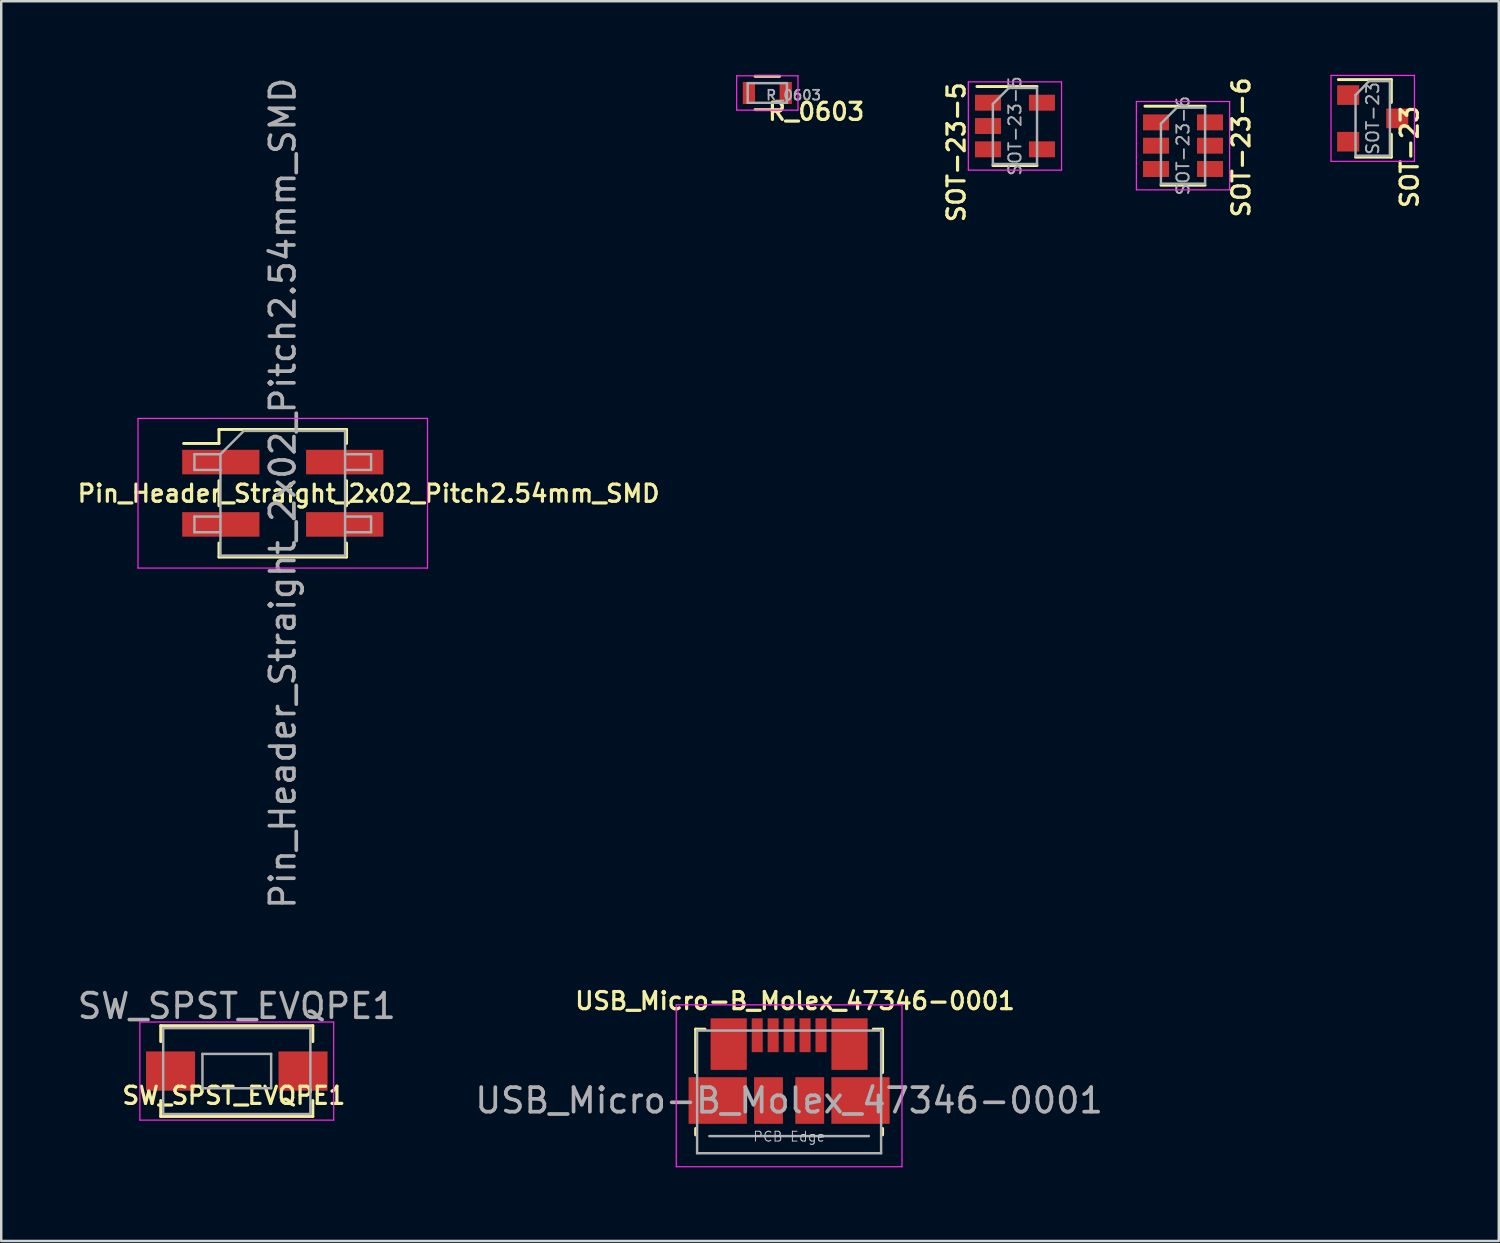
<source format=kicad_pcb>
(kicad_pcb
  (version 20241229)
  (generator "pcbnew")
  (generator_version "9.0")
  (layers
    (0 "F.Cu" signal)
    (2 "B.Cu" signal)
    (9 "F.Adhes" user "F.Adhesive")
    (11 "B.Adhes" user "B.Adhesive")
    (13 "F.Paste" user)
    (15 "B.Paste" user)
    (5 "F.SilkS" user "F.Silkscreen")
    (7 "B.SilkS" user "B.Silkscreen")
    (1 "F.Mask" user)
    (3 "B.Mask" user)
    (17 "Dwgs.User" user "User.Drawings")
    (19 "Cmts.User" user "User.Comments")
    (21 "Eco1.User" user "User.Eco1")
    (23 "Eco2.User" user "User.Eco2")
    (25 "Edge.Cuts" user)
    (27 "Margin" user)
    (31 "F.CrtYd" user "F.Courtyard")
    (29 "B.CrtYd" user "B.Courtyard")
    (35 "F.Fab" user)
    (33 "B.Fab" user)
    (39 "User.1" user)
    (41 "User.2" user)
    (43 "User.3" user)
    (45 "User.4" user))
  (footprint "SOT-23-6"
    (layer "F.Cu")
    (at 45.168 2.888)
    (property "Reference" "SOT-23-6" (at 2.37 0.07 90) (layer "F.SilkS") (effects (font (size 0.7 0.7) (thickness 0.13))))
    (attr smd)
    (fp_line (start -0.9 1.61) (end 0.9 1.61) (stroke (width 0.12) (type solid)) (layer "F.SilkS"))
    (fp_line (start 0.9 -1.61) (end -1.55 -1.61) (stroke (width 0.12) (type solid)) (layer "F.SilkS"))
    (fp_line (start -1.9 -1.8) (end -1.9 1.8) (stroke (width 0.05) (type solid)) (layer "F.CrtYd"))
    (fp_line (start -1.9 1.8) (end 1.9 1.8) (stroke (width 0.05) (type solid)) (layer "F.CrtYd"))
    (fp_line (start 1.9 -1.8) (end -1.9 -1.8) (stroke (width 0.05) (type solid)) (layer "F.CrtYd"))
    (fp_line (start 1.9 1.8) (end 1.9 -1.8) (stroke (width 0.05) (type solid)) (layer "F.CrtYd"))
    (fp_line (start -0.9 -0.9) (end -0.9 1.55) (stroke (width 0.1) (type solid)) (layer "F.Fab"))
    (fp_line (start -0.9 -0.9) (end -0.25 -1.55) (stroke (width 0.1) (type solid)) (layer "F.Fab"))
    (fp_line (start 0.9 -1.55) (end -0.25 -1.55) (stroke (width 0.1) (type solid)) (layer "F.Fab"))
    (fp_line (start 0.9 -1.55) (end 0.9 1.55) (stroke (width 0.1) (type solid)) (layer "F.Fab"))
    (fp_line (start 0.9 1.55) (end -0.9 1.55) (stroke (width 0.1) (type solid)) (layer "F.Fab"))
    (fp_text user "${REFERENCE}" (at 0 0 90) (layer "F.Fab") (effects (font (size 0.5 0.5) (thickness 0.075))))
    (pad "1" smd rect (at -1.1 -0.95) (size 1.06 0.65) (layers "F.Cu" "F.Mask" "F.Paste"))
    (pad "2" smd rect (at -1.1 0) (size 1.06 0.65) (layers "F.Cu" "F.Mask" "F.Paste"))
    (pad "3" smd rect (at -1.1 0.95) (size 1.06 0.65) (layers "F.Cu" "F.Mask" "F.Paste"))
    (pad "4" smd rect (at 1.1 0.95) (size 1.06 0.65) (layers "F.Cu" "F.Mask" "F.Paste"))
    (pad "5" smd rect (at 1.1 0) (size 1.06 0.65) (layers "F.Cu" "F.Mask" "F.Paste"))
    (pad "6" smd rect (at 1.1 -0.95) (size 1.06 0.65) (layers "F.Cu" "F.Mask" "F.Paste")))
  (footprint "SOT-23-5"
    (layer "F.Cu")
    (at 38.318 2.086)
    (property "Reference" "SOT-23-5" (at -2.39 1.07 90) (layer "F.SilkS") (effects (font (size 0.7 0.7) (thickness 0.13))))
    (attr smd)
    (fp_line (start -0.9 1.61) (end 0.9 1.61) (stroke (width 0.12) (type solid)) (layer "F.SilkS"))
    (fp_line (start 0.9 -1.61) (end -1.55 -1.61) (stroke (width 0.12) (type solid)) (layer "F.SilkS"))
    (fp_line (start -1.9 -1.8) (end 1.9 -1.8) (stroke (width 0.05) (type solid)) (layer "F.CrtYd"))
    (fp_line (start -1.9 1.8) (end -1.9 -1.8) (stroke (width 0.05) (type solid)) (layer "F.CrtYd"))
    (fp_line (start 1.9 -1.8) (end 1.9 1.8) (stroke (width 0.05) (type solid)) (layer "F.CrtYd"))
    (fp_line (start 1.9 1.8) (end -1.9 1.8) (stroke (width 0.05) (type solid)) (layer "F.CrtYd"))
    (fp_line (start -0.9 -0.9) (end -0.9 1.55) (stroke (width 0.1) (type solid)) (layer "F.Fab"))
    (fp_line (start -0.9 -0.9) (end -0.25 -1.55) (stroke (width 0.1) (type solid)) (layer "F.Fab"))
    (fp_line (start 0.9 -1.55) (end -0.25 -1.55) (stroke (width 0.1) (type solid)) (layer "F.Fab"))
    (fp_line (start 0.9 -1.55) (end 0.9 1.55) (stroke (width 0.1) (type solid)) (layer "F.Fab"))
    (fp_line (start 0.9 1.55) (end -0.9 1.55) (stroke (width 0.1) (type solid)) (layer "F.Fab"))
    (fp_text user "${REFERENCE}" (at 0 0 90) (layer "F.Fab") (effects (font (size 0.5 0.5) (thickness 0.075))))
    (pad "1" smd rect (at -1.1 -0.95) (size 1.06 0.65) (layers "F.Cu" "F.Mask" "F.Paste"))
    (pad "2" smd rect (at -1.1 0) (size 1.06 0.65) (layers "F.Cu" "F.Mask" "F.Paste"))
    (pad "3" smd rect (at -1.1 0.95) (size 1.06 0.65) (layers "F.Cu" "F.Mask" "F.Paste"))
    (pad "4" smd rect (at 1.1 0.95) (size 1.06 0.65) (layers "F.Cu" "F.Mask" "F.Paste"))
    (pad "5" smd rect (at 1.1 -0.95) (size 1.06 0.65) (layers "F.Cu" "F.Mask" "F.Paste")))
  (footprint "R_0603"
    (layer "F.Cu")
    (at 28.225 0.74)
    (property "Reference" "R_0603" (at 1.99 0.76 0) (layer "F.SilkS") (effects (font (size 0.7 0.7) (thickness 0.13))))
    (attr smd)
    (fp_line (start -0.5 -0.68) (end 0.5 -0.68) (stroke (width 0.12) (type solid)) (layer "F.SilkS"))
    (fp_line (start 0.5 0.68) (end -0.5 0.68) (stroke (width 0.12) (type solid)) (layer "F.SilkS"))
    (fp_line (start -1.25 -0.7) (end -1.25 0.7) (stroke (width 0.05) (type solid)) (layer "F.CrtYd"))
    (fp_line (start -1.25 -0.7) (end 1.25 -0.7) (stroke (width 0.05) (type solid)) (layer "F.CrtYd"))
    (fp_line (start 1.25 0.7) (end -1.25 0.7) (stroke (width 0.05) (type solid)) (layer "F.CrtYd"))
    (fp_line (start 1.25 0.7) (end 1.25 -0.7) (stroke (width 0.05) (type solid)) (layer "F.CrtYd"))
    (fp_line (start -0.8 -0.4) (end 0.8 -0.4) (stroke (width 0.1) (type solid)) (layer "F.Fab"))
    (fp_line (start -0.8 0.4) (end -0.8 -0.4) (stroke (width 0.1) (type solid)) (layer "F.Fab"))
    (fp_line (start 0.8 -0.4) (end 0.8 0.4) (stroke (width 0.1) (type solid)) (layer "F.Fab"))
    (fp_line (start 0.8 0.4) (end -0.8 0.4) (stroke (width 0.1) (type solid)) (layer "F.Fab"))
    (fp_text user "${REFERENCE}" (at 1.07 0.09 0) (layer "F.Fab") (effects (font (size 0.4 0.4) (thickness 0.075))))
    (pad "1" smd rect (at -0.75 0) (size 0.5 0.9) (layers "F.Cu" "F.Mask" "F.Paste"))
    (pad "2" smd rect (at 0.75 0) (size 0.5 0.9) (layers "F.Cu" "F.Mask" "F.Paste")))
  (footprint "Pin_Header_Straight_2x02_Pitch2.54mm_SMD"
    (layer "F.Cu")
    (at 8.475 17.054)
    (property "Reference" "Pin_Header_Straight_2x02_Pitch2.54mm_SMD" (at 3.5 0.01 0) (layer "F.SilkS") (effects (font (size 0.7 0.7) (thickness 0.13))))
    (attr smd)
    (fp_line (start -4.04 -2.03) (end -2.6 -2.03) (stroke (width 0.12) (type solid)) (layer "F.SilkS"))
    (fp_line (start -2.6 -2.6) (end -2.6 -2.03) (stroke (width 0.12) (type solid)) (layer "F.SilkS"))
    (fp_line (start -2.6 -2.6) (end 2.6 -2.6) (stroke (width 0.12) (type solid)) (layer "F.SilkS"))
    (fp_line (start -2.6 -0.51) (end -2.6 0.51) (stroke (width 0.12) (type solid)) (layer "F.SilkS"))
    (fp_line (start -2.6 2.03) (end -2.6 2.6) (stroke (width 0.12) (type solid)) (layer "F.SilkS"))
    (fp_line (start -2.6 2.6) (end 2.6 2.6) (stroke (width 0.12) (type solid)) (layer "F.SilkS"))
    (fp_line (start 2.6 -2.6) (end 2.6 -2.03) (stroke (width 0.12) (type solid)) (layer "F.SilkS"))
    (fp_line (start 2.6 -0.51) (end 2.6 0.51) (stroke (width 0.12) (type solid)) (layer "F.SilkS"))
    (fp_line (start 2.6 2.03) (end 2.6 2.6) (stroke (width 0.12) (type solid)) (layer "F.SilkS"))
    (fp_line (start -5.9 -3.05) (end -5.9 3.05) (stroke (width 0.05) (type solid)) (layer "F.CrtYd"))
    (fp_line (start -5.9 3.05) (end 5.9 3.05) (stroke (width 0.05) (type solid)) (layer "F.CrtYd"))
    (fp_line (start 5.9 -3.05) (end -5.9 -3.05) (stroke (width 0.05) (type solid)) (layer "F.CrtYd"))
    (fp_line (start 5.9 3.05) (end 5.9 -3.05) (stroke (width 0.05) (type solid)) (layer "F.CrtYd"))
    (fp_line (start -3.6 -1.59) (end -3.6 -0.95) (stroke (width 0.1) (type solid)) (layer "F.Fab"))
    (fp_line (start -3.6 -0.95) (end -2.54 -0.95) (stroke (width 0.1) (type solid)) (layer "F.Fab"))
    (fp_line (start -3.6 0.95) (end -3.6 1.59) (stroke (width 0.1) (type solid)) (layer "F.Fab"))
    (fp_line (start -3.6 1.59) (end -2.54 1.59) (stroke (width 0.1) (type solid)) (layer "F.Fab"))
    (fp_line (start -2.54 -1.59) (end -3.6 -1.59) (stroke (width 0.1) (type solid)) (layer "F.Fab"))
    (fp_line (start -2.54 -1.59) (end -1.59 -2.54) (stroke (width 0.1) (type solid)) (layer "F.Fab"))
    (fp_line (start -2.54 0.95) (end -3.6 0.95) (stroke (width 0.1) (type solid)) (layer "F.Fab"))
    (fp_line (start -2.54 2.54) (end -2.54 -1.59) (stroke (width 0.1) (type solid)) (layer "F.Fab"))
    (fp_line (start -1.59 -2.54) (end 2.54 -2.54) (stroke (width 0.1) (type solid)) (layer "F.Fab"))
    (fp_line (start 2.54 -2.54) (end 2.54 2.54) (stroke (width 0.1) (type solid)) (layer "F.Fab"))
    (fp_line (start 2.54 -1.59) (end 3.6 -1.59) (stroke (width 0.1) (type solid)) (layer "F.Fab"))
    (fp_line (start 2.54 0.95) (end 3.6 0.95) (stroke (width 0.1) (type solid)) (layer "F.Fab"))
    (fp_line (start 2.54 2.54) (end -2.54 2.54) (stroke (width 0.1) (type solid)) (layer "F.Fab"))
    (fp_line (start 3.6 -1.59) (end 3.6 -0.95) (stroke (width 0.1) (type solid)) (layer "F.Fab"))
    (fp_line (start 3.6 -0.95) (end 2.54 -0.95) (stroke (width 0.1) (type solid)) (layer "F.Fab"))
    (fp_line (start 3.6 0.95) (end 3.6 1.59) (stroke (width 0.1) (type solid)) (layer "F.Fab"))
    (fp_line (start 3.6 1.59) (end 2.54 1.59) (stroke (width 0.1) (type solid)) (layer "F.Fab"))
    (fp_text user "${REFERENCE}" (at 0 0 90) (layer "F.Fab") (effects (font (size 1 1) (thickness 0.15))))
    (pad "1" smd rect (at -2.525 -1.27) (size 3.15 1) (layers "F.Cu" "F.Mask" "F.Paste"))
    (pad "2" smd rect (at 2.525 -1.27) (size 3.15 1) (layers "F.Cu" "F.Mask" "F.Paste"))
    (pad "3" smd rect (at -2.525 1.27) (size 3.15 1) (layers "F.Cu" "F.Mask" "F.Paste"))
    (pad "4" smd rect (at 2.525 1.27) (size 3.15 1) (layers "F.Cu" "F.Mask" "F.Paste")))
  (footprint "SOT-23"
    (layer "F.Cu")
    (at 52.9 1.775)
    (property "Reference" "SOT-23" (at 1.5 1.57 90) (layer "F.SilkS") (effects (font (size 0.7 0.7) (thickness 0.13))))
    (attr smd)
    (fp_line (start 0.76 -1.58) (end -1.4 -1.58) (stroke (width 0.12) (type solid)) (layer "F.SilkS"))
    (fp_line (start 0.76 -1.58) (end 0.76 -0.65) (stroke (width 0.12) (type solid)) (layer "F.SilkS"))
    (fp_line (start 0.76 1.58) (end -0.7 1.58) (stroke (width 0.12) (type solid)) (layer "F.SilkS"))
    (fp_line (start 0.76 1.58) (end 0.76 0.65) (stroke (width 0.12) (type solid)) (layer "F.SilkS"))
    (fp_line (start -1.7 -1.75) (end 1.7 -1.75) (stroke (width 0.05) (type solid)) (layer "F.CrtYd"))
    (fp_line (start -1.7 1.75) (end -1.7 -1.75) (stroke (width 0.05) (type solid)) (layer "F.CrtYd"))
    (fp_line (start 1.7 -1.75) (end 1.7 1.75) (stroke (width 0.05) (type solid)) (layer "F.CrtYd"))
    (fp_line (start 1.7 1.75) (end -1.7 1.75) (stroke (width 0.05) (type solid)) (layer "F.CrtYd"))
    (fp_line (start -0.7 -0.95) (end -0.7 1.5) (stroke (width 0.1) (type solid)) (layer "F.Fab"))
    (fp_line (start -0.7 -0.95) (end -0.15 -1.52) (stroke (width 0.1) (type solid)) (layer "F.Fab"))
    (fp_line (start -0.7 1.52) (end 0.7 1.52) (stroke (width 0.1) (type solid)) (layer "F.Fab"))
    (fp_line (start -0.15 -1.52) (end 0.7 -1.52) (stroke (width 0.1) (type solid)) (layer "F.Fab"))
    (fp_line (start 0.7 -1.52) (end 0.7 1.52) (stroke (width 0.1) (type solid)) (layer "F.Fab"))
    (fp_text user "${REFERENCE}" (at 0 0 90) (layer "F.Fab") (effects (font (size 0.5 0.5) (thickness 0.075))))
    (pad "1" smd rect (at -1 -0.95) (size 0.9 0.8) (layers "F.Cu" "F.Mask" "F.Paste"))
    (pad "2" smd rect (at -1 0.95) (size 0.9 0.8) (layers "F.Cu" "F.Mask" "F.Paste"))
    (pad "3" smd rect (at 1 0) (size 0.9 0.8) (layers "F.Cu" "F.Mask" "F.Paste")))
  (footprint "USB_Micro-B_Molex_47346-0001"
    (layer "F.Cu")
    (at 29.113 41.805)
    (property "Reference" "USB_Micro-B_Molex_47346-0001" (at 0.24 -4.06 180) (layer "F.SilkS") (effects (font (size 0.7 0.7) (thickness 0.13))))
    (attr smd)
    (fp_line (start -3.81 -2.91) (end -3.43 -2.91) (stroke (width 0.12) (type solid)) (layer "F.SilkS"))
    (fp_line (start -3.81 -1.14) (end -3.81 -2.91) (stroke (width 0.12) (type solid)) (layer "F.SilkS"))
    (fp_line (start -3.81 1.4) (end -3.81 1.14) (stroke (width 0.12) (type solid)) (layer "F.SilkS"))
    (fp_line (start 3.81 -2.91) (end 3.43 -2.91) (stroke (width 0.12) (type solid)) (layer "F.SilkS"))
    (fp_line (start 3.81 -2.91) (end 3.81 -1.14) (stroke (width 0.12) (type solid)) (layer "F.SilkS"))
    (fp_line (start 3.81 1.14) (end 3.81 1.4) (stroke (width 0.12) (type solid)) (layer "F.SilkS"))
    (fp_line (start -4.6 -3.9) (end 4.6 -3.9) (stroke (width 0.05) (type solid)) (layer "F.CrtYd"))
    (fp_line (start -4.6 2.7) (end -4.6 -3.9) (stroke (width 0.05) (type solid)) (layer "F.CrtYd"))
    (fp_line (start 4.6 -3.9) (end 4.6 2.7) (stroke (width 0.05) (type solid)) (layer "F.CrtYd"))
    (fp_line (start 4.6 2.7) (end -4.6 2.7) (stroke (width 0.05) (type solid)) (layer "F.CrtYd"))
    (fp_line (start -3.75 -2.85) (end 3.75 -2.85) (stroke (width 0.1) (type solid)) (layer "F.Fab"))
    (fp_line (start -3.75 2.15) (end -3.75 -2.85) (stroke (width 0.1) (type solid)) (layer "F.Fab"))
    (fp_line (start -3.25 1.45) (end 3.25 1.45) (stroke (width 0.1) (type solid)) (layer "F.Fab"))
    (fp_line (start 3.75 -2.85) (end 3.75 2.15) (stroke (width 0.1) (type solid)) (layer "F.Fab"))
    (fp_line (start 3.75 2.15) (end -3.75 2.15) (stroke (width 0.1) (type solid)) (layer "F.Fab"))
    (fp_text user "PCB Edge" (at 0 1.47 180) (layer "Dwgs.User") (effects (font (size 0.4 0.4) (thickness 0.04))))
    (fp_text user "${REFERENCE}" (at 0 0 0) (layer "F.Fab") (effects (font (size 1 1) (thickness 0.15))))
    (pad "1" smd rect (at -1.3 -2.66) (size 0.45 1.38) (layers "F.Cu" "F.Mask" "F.Paste"))
    (pad "2" smd rect (at -0.65 -2.66) (size 0.45 1.38) (layers "F.Cu" "F.Mask" "F.Paste"))
    (pad "3" smd rect (at 0 -2.66) (size 0.45 1.38) (layers "F.Cu" "F.Mask" "F.Paste"))
    (pad "4" smd rect (at 0.65 -2.66) (size 0.45 1.38) (layers "F.Cu" "F.Mask" "F.Paste"))
    (pad "5" smd rect (at 1.3 -2.66) (size 0.45 1.38) (layers "F.Cu" "F.Mask" "F.Paste"))
    (pad "6" smd rect (at -2.91 0) (size 2.375 1.9) (layers "F.Cu" "F.Mask" "F.Paste"))
    (pad "6" smd rect (at -2.462 -2.3) (size 1.475 2.1) (layers "F.Cu" "F.Mask" "F.Paste"))
    (pad "6" smd rect (at -0.84 0) (size 1.175 1.9) (layers "F.Cu" "F.Mask" "F.Paste"))
    (pad "6" smd rect (at 0.84 0) (size 1.175 1.9) (layers "F.Cu" "F.Mask" "F.Paste"))
    (pad "6" smd rect (at 2.462 -2.3) (size 1.475 2.1) (layers "F.Cu" "F.Mask" "F.Paste"))
    (pad "6" smd rect (at 2.91 0) (size 2.375 1.9) (layers "F.Cu" "F.Mask" "F.Paste")))
  (footprint "SW_SPST_EVQPE1"
    (layer "F.Cu")
    (at 6.601 40.605)
    (property "Reference" "SW_SPST_EVQPE1" (at -0.12 1 180) (layer "F.SilkS") (effects (font (size 0.7 0.7) (thickness 0.13))))
    (attr smd)
    (fp_line (start -3.1 -1.85) (end -3.1 -1.2) (stroke (width 0.12) (type solid)) (layer "F.SilkS"))
    (fp_line (start -3.1 1.2) (end -3.1 1.85) (stroke (width 0.12) (type solid)) (layer "F.SilkS"))
    (fp_line (start -3.1 1.85) (end 3.1 1.85) (stroke (width 0.12) (type solid)) (layer "F.SilkS"))
    (fp_line (start 3.1 -1.85) (end -3.1 -1.85) (stroke (width 0.12) (type solid)) (layer "F.SilkS"))
    (fp_line (start 3.1 -1.85) (end 3.1 -1.2) (stroke (width 0.12) (type solid)) (layer "F.SilkS"))
    (fp_line (start 3.1 1.85) (end 3.1 1.2) (stroke (width 0.12) (type solid)) (layer "F.SilkS"))
    (fp_line (start -3.95 -2) (end 3.95 -2) (stroke (width 0.05) (type solid)) (layer "F.CrtYd"))
    (fp_line (start -3.95 2) (end -3.95 -2) (stroke (width 0.05) (type solid)) (layer "F.CrtYd"))
    (fp_line (start 3.95 -2) (end 3.95 2) (stroke (width 0.05) (type solid)) (layer "F.CrtYd"))
    (fp_line (start 3.95 2) (end -3.95 2) (stroke (width 0.05) (type solid)) (layer "F.CrtYd"))
    (fp_line (start -3 -1.75) (end 3 -1.75) (stroke (width 0.1) (type solid)) (layer "F.Fab"))
    (fp_line (start -3 1.75) (end -3 -1.75) (stroke (width 0.1) (type solid)) (layer "F.Fab"))
    (fp_line (start -1.4 -0.7) (end 1.4 -0.7) (stroke (width 0.1) (type solid)) (layer "F.Fab"))
    (fp_line (start -1.4 0.7) (end -1.4 -0.7) (stroke (width 0.1) (type solid)) (layer "F.Fab"))
    (fp_line (start 1.4 -0.7) (end 1.4 0.7) (stroke (width 0.1) (type solid)) (layer "F.Fab"))
    (fp_line (start 1.4 0.7) (end -1.4 0.7) (stroke (width 0.1) (type solid)) (layer "F.Fab"))
    (fp_line (start 3 -1.75) (end 3 1.75) (stroke (width 0.1) (type solid)) (layer "F.Fab"))
    (fp_line (start 3 1.75) (end -3 1.75) (stroke (width 0.1) (type solid)) (layer "F.Fab"))
    (fp_text user "${REFERENCE}" (at 0 -2.65 0) (layer "F.Fab") (effects (font (size 1 1) (thickness 0.15))))
    (pad "1" smd rect (at -2.7 0) (size 2 1.6) (layers "F.Cu" "F.Mask" "F.Paste"))
    (pad "2" smd rect (at 2.7 0) (size 2 1.6) (layers "F.Cu" "F.Mask" "F.Paste")))
  (gr_rect
    (start -3 -3)
    (end 58.038 47.53)
    (stroke (width 0.1) (type default))
    (fill no)
    (layer "Edge.Cuts")))
</source>
